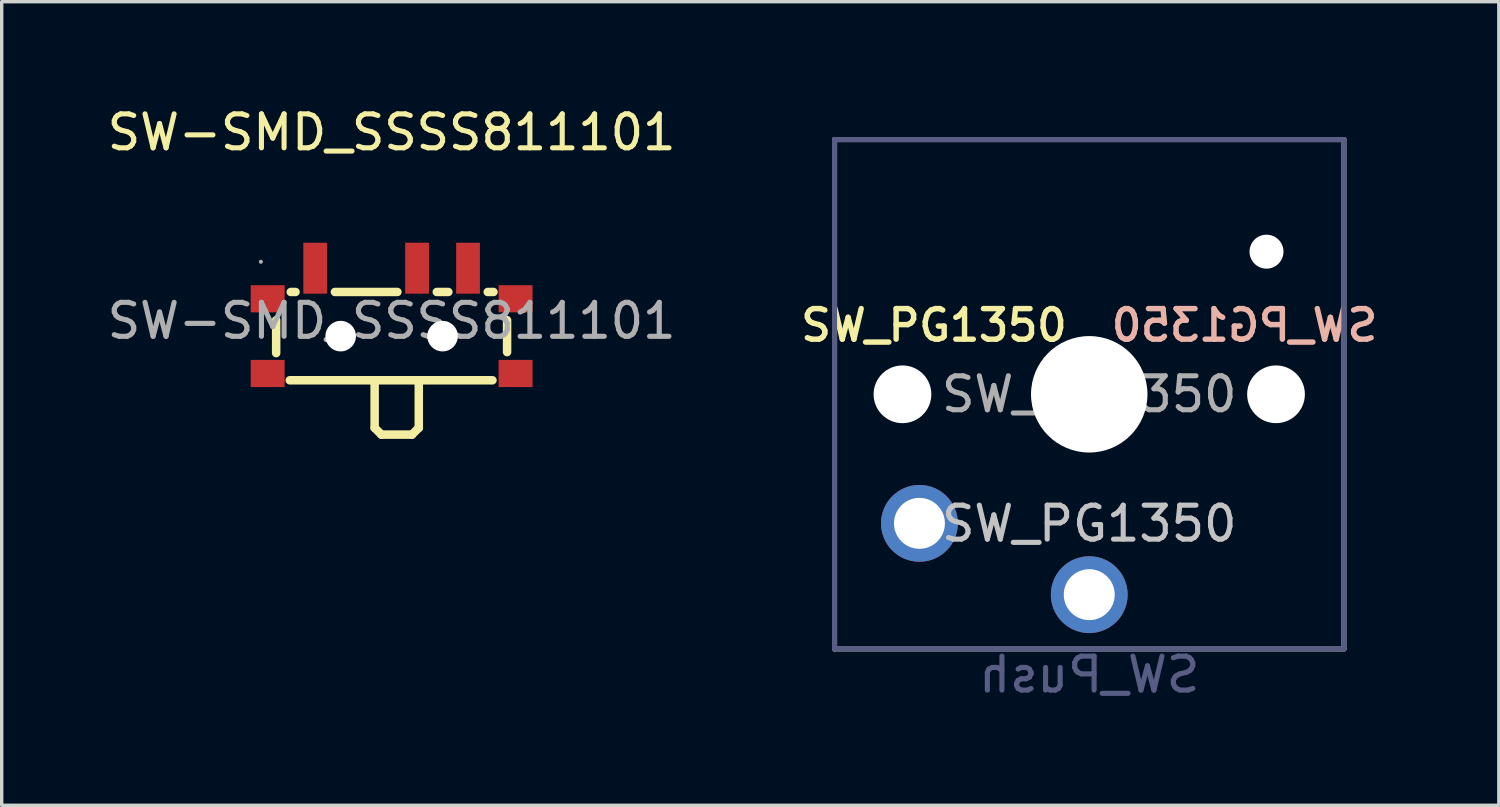
<source format=kicad_pcb>
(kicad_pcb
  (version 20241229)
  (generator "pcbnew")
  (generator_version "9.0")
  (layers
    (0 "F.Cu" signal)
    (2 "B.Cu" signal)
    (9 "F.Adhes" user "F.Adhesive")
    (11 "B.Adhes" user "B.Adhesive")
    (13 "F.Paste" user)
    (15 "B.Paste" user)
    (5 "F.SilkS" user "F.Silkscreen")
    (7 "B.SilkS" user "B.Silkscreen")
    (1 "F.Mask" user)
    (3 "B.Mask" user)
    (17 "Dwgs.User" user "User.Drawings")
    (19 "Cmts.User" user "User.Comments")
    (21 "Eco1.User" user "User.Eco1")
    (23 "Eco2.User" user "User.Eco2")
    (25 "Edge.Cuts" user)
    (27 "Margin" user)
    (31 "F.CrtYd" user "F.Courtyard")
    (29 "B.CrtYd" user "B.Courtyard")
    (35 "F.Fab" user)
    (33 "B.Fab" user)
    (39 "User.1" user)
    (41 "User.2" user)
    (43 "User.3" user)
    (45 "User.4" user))
  (footprint "SW-SMD_SSSS811101"
    (layer "F.Cu")
    (at 8.482 6.398)
    (property "Reference" "SW-SMD_SSSS811101" (at 0 -5.55 0) (layer "F.SilkS") (effects (font (size 1 1) (thickness 0.15))))
    (attr smd)
    (fp_line (start -3.4 0.95) (end -3.4 -0.02) (stroke (width 0.25) (type solid)) (layer "F.SilkS"))
    (fp_line (start -2.97 -0.85) (end -2.83 -0.85) (stroke (width 0.25) (type solid)) (layer "F.SilkS"))
    (fp_line (start -1.67 -0.85) (end 0.17 -0.85) (stroke (width 0.25) (type solid)) (layer "F.SilkS"))
    (fp_line (start -0.5 3.15) (end -0.5 1.85) (stroke (width 0.25) (type solid)) (layer "F.SilkS"))
    (fp_line (start -0.3 3.35) (end -0.5 3.15) (stroke (width 0.25) (type solid)) (layer "F.SilkS"))
    (fp_line (start -0.3 3.35) (end 0.6 3.35) (stroke (width 0.25) (type solid)) (layer "F.SilkS"))
    (fp_line (start 0.6 3.35) (end 0.8 3.15) (stroke (width 0.25) (type solid)) (layer "F.SilkS"))
    (fp_line (start 0.8 3.15) (end 0.8 1.85) (stroke (width 0.25) (type solid)) (layer "F.SilkS"))
    (fp_line (start 1.33 -0.85) (end 1.67 -0.85) (stroke (width 0.25) (type solid)) (layer "F.SilkS"))
    (fp_line (start 2.83 -0.85) (end 3 -0.85) (stroke (width 0.25) (type solid)) (layer "F.SilkS"))
    (fp_line (start 2.97 1.75) (end -3 1.75) (stroke (width 0.25) (type solid)) (layer "F.SilkS"))
    (fp_line (start 3.4 -0.02) (end 3.4 0.92) (stroke (width 0.25) (type solid)) (layer "F.SilkS"))
    (fp_circle (center -1.5 0.45) (end -1.3 0.45) (stroke (width 0.4) (type solid)) (fill no) (layer "Cmts.User"))
    (fp_circle (center 1.5 0.45) (end 1.7 0.45) (stroke (width 0.4) (type solid)) (fill no) (layer "Cmts.User"))
    (fp_circle (center -3.85 -1.74) (end -3.82 -1.74) (stroke (width 0.06) (type solid)) (fill no) (layer "F.Fab"))
    (fp_text user "${REFERENCE}" (at 0 0 0) (layer "F.Fab") (effects (font (size 1 1) (thickness 0.15))))
    (pad "" np_thru_hole circle (at -1.5 0.45) (size 0.9 0.9) (drill 0.9) (layers "*.Cu"))
    (pad "" np_thru_hole circle (at 1.5 0.45) (size 0.9 0.9) (drill 0.9) (layers "*.Cu"))
    (pad "1" smd rect (at -2.25 -1.55) (size 0.7 1.5) (layers "F.Cu" "F.Mask" "F.Paste"))
    (pad "2" smd rect (at 0.75 -1.55) (size 0.7 1.5) (layers "F.Cu" "F.Mask" "F.Paste"))
    (pad "3" smd rect (at 2.25 -1.55) (size 0.7 1.5) (layers "F.Cu" "F.Mask" "F.Paste"))
    (pad "4" smd rect (at -3.65 -0.65 90) (size 0.8 1) (layers "F.Cu" "F.Mask" "F.Paste"))
    (pad "5" smd rect (at 3.65 -0.65 90) (size 0.8 1) (layers "F.Cu" "F.Mask" "F.Paste"))
    (pad "6" smd rect (at 3.65 1.55 90) (size 0.8 1) (layers "F.Cu" "F.Mask" "F.Paste"))
    (pad "7" smd rect (at -3.65 1.55 90) (size 0.8 1) (layers "F.Cu" "F.Mask" "F.Paste")))
  (footprint "SW_PG1350"
    (layer "F.Cu")
    (at 29.025 8.561)
    (property "Reference" "SW_PG1350" (at 0 3.81 180) (layer "Dwgs.User") (effects (font (size 1 1) (thickness 0.15))))
    (property "Value" "SW_Push" (at -0.07 8.17 180) (layer "Dwgs.User") (hide yes) (effects (font (size 1 1) (thickness 0.15))))
    (attr through_hole exclude_from_pos_files)
    (fp_line (start -9 8.136) (end -8.994 -8.1) (stroke (width 0.12) (type solid)) (layer "Eco1.User"))
    (fp_line (start -8.63 -8.5) (end 8.6 -8.5) (stroke (width 0.12) (type solid)) (layer "Eco1.User"))
    (fp_line (start -8.6 8.5) (end 8.636 8.5) (stroke (width 0.12) (type solid)) (layer "Eco1.User"))
    (fp_line (start -2.6 -3.1) (end -2.6 -6.3) (stroke (width 0.15) (type solid)) (layer "Eco1.User"))
    (fp_line (start -2.6 -3.1) (end 2.6 -3.1) (stroke (width 0.15) (type solid)) (layer "Eco1.User"))
    (fp_line (start 2.6 -6.3) (end -2.6 -6.3) (stroke (width 0.15) (type solid)) (layer "Eco1.User"))
    (fp_line (start 2.6 -3.1) (end 2.6 -6.3) (stroke (width 0.15) (type solid)) (layer "Eco1.User"))
    (fp_line (start 9 8.1) (end 9 -8.136) (stroke (width 0.12) (type solid)) (layer "Eco1.User"))
    (fp_arc (start -8.994011 -8.099594) (mid -8.898745 -8.378652) (end -8.63 -8.5) (stroke (width 0.12) (type solid)) (layer "Eco1.User"))
    (fp_arc (start -8.6 8.49968) (mid -8.879058 8.404414) (end -9.000406 8.135669) (stroke (width 0.12) (type solid)) (layer "Eco1.User"))
    (fp_arc (start 8.599915 -8.5) (mid 8.878978 -8.404734) (end 9.000321 -8.135989) (stroke (width 0.12) (type solid)) (layer "Eco1.User"))
    (fp_arc (start 9 8.1) (mid 8.904724 8.37905) (end 8.635989 8.500406) (stroke (width 0.12) (type solid)) (layer "Eco1.User"))
    (fp_line (start -7.5 -7.5) (end 7.5 -7.5) (stroke (width 0.15) (type solid)) (layer "B.Fab"))
    (fp_line (start -7.5 7.5) (end -7.5 -7.5) (stroke (width 0.15) (type solid)) (layer "B.Fab"))
    (fp_line (start 7.5 -7.5) (end 7.5 7.5) (stroke (width 0.15) (type solid)) (layer "B.Fab"))
    (fp_line (start 7.5 7.5) (end -7.5 7.5) (stroke (width 0.15) (type solid)) (layer "B.Fab"))
    (fp_line (start -7.5 -7.5) (end 7.5 -7.5) (stroke (width 0.15) (type solid)) (layer "F.Fab"))
    (fp_line (start -7.5 7.5) (end -7.5 -7.5) (stroke (width 0.15) (type solid)) (layer "F.Fab"))
    (fp_line (start 7.5 -7.5) (end 7.5 7.5) (stroke (width 0.15) (type solid)) (layer "F.Fab"))
    (fp_line (start 7.5 7.5) (end -7.5 7.5) (stroke (width 0.15) (type solid)) (layer "F.Fab"))
    (fp_line (start -6.9 6.9) (end -6.9 -6.9) (stroke (width 0.15) (type solid)) (layer "User.2"))
    (fp_line (start -6.9 6.9) (end 6.9 6.9) (stroke (width 0.15) (type solid)) (layer "User.2"))
    (fp_line (start -6.858 -6.858) (end -6.858 -4.826) (stroke (width 0.12) (type solid)) (layer "User.2"))
    (fp_line (start -6.858 -6.858) (end -4.826 -6.858) (stroke (width 0.12) (type solid)) (layer "User.2"))
    (fp_line (start 6.858 -6.858) (end 4.826 -6.858) (stroke (width 0.12) (type solid)) (layer "User.2"))
    (fp_line (start 6.858 -6.858) (end 6.858 -4.826) (stroke (width 0.12) (type solid)) (layer "User.2"))
    (fp_line (start 6.9 -6.9) (end -6.9 -6.9) (stroke (width 0.15) (type solid)) (layer "User.2"))
    (fp_line (start 6.9 -6.9) (end 6.9 6.9) (stroke (width 0.15) (type solid)) (layer "User.2"))
    (fp_text user "${REFERENCE}" (at -4.572 -2.032 0) (layer "F.SilkS") (effects (font (size 0.9 0.9) (thickness 0.16))))
    (fp_text user "${REFERENCE}" (at 4.572 -2.032 0) (layer "B.SilkS") (effects (font (size 0.9 0.9) (thickness 0.16)) (justify mirror)))
    (fp_text user "${VALUE}" (at 0 8.255 0) (layer "B.Fab") (effects (font (size 1 1) (thickness 0.15)) (justify mirror)))
    (fp_text user "${REFERENCE}" (at 0 0 180) (layer "F.Fab") (effects (font (size 1 1) (thickness 0.15))))
    (pad "" np_thru_hole circle (at -5.5 0) (size 1.7 1.7) (drill 1.7) (layers "*.Cu" "*.Mask"))
    (pad "" np_thru_hole circle (at 0 0) (size 3.429 3.429) (drill 3.429) (layers "*.Cu" "*.Mask"))
    (pad "" np_thru_hole circle (at 5.22 -4.2) (size 1 1) (drill 1) (layers "*.Cu" "*.Mask"))
    (pad "" np_thru_hole circle (at 5.5 0) (size 1.7 1.7) (drill 1.7) (layers "*.Cu" "*.Mask"))
    (pad "1" thru_hole circle (at -5 3.8) (size 2.262 2.262) (drill 1.5) (layers "*.Cu" "*.Mask"))
    (pad "2" thru_hole circle (at 0 5.9) (size 2.262 2.262) (drill 1.5) (layers "*.Cu" "*.Mask")))
  (gr_rect
    (start -3 -3)
    (end 41.086 20.664)
    (stroke (width 0.1) (type default))
    (fill no)
    (layer "Edge.Cuts")))
</source>
